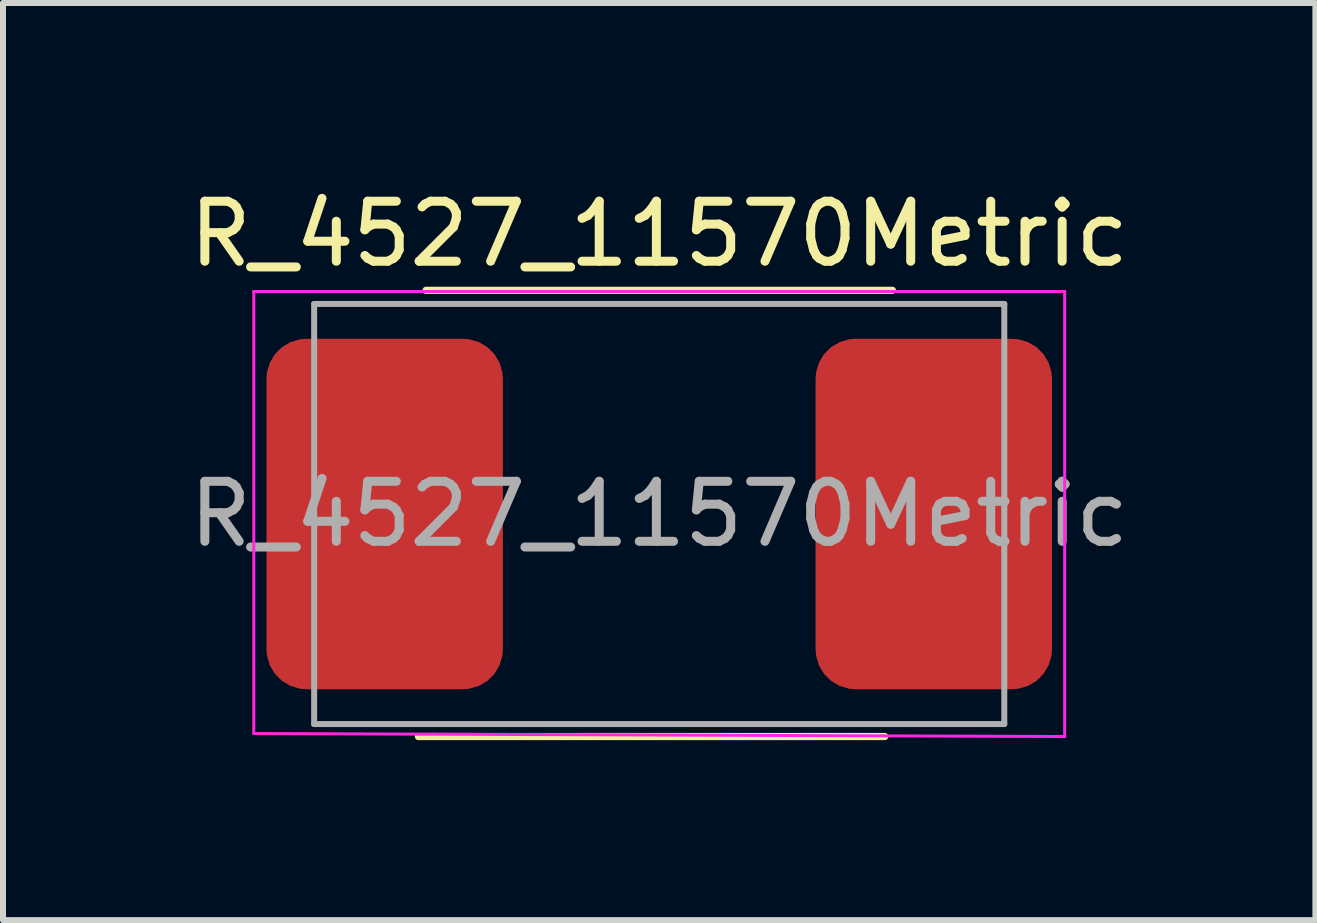
<source format=kicad_pcb>
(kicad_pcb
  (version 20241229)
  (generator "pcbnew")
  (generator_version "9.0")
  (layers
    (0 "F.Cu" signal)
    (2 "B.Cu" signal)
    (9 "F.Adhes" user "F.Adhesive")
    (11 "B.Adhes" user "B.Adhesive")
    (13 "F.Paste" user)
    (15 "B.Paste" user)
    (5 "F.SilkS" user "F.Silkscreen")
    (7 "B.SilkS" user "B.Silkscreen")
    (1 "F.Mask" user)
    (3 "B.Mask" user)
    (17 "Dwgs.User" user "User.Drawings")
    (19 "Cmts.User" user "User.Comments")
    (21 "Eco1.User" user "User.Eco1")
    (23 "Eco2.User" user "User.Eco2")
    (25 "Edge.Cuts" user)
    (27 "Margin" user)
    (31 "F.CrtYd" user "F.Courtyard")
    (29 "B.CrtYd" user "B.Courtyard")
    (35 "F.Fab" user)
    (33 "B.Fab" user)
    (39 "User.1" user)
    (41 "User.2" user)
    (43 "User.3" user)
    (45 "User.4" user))
  (footprint "R_4527_11570Metric"
    (layer "F.Cu")
    (at 7.935 5.515)
    (property "Reference" "R_4527_11570Metric" (at 0 -4.667 0) (layer "F.SilkS") (effects (font (size 1 1) (thickness 0.15))))
    (attr smd)
    (fp_line (start -4.013 3.708) (end 3.759 3.708) (stroke (width 0.12) (type solid)) (layer "F.SilkS"))
    (fp_line (start -3.886 -3.727) (end 3.886 -3.727) (stroke (width 0.12) (type solid)) (layer "F.SilkS"))
    (fp_line (start -6.756 -3.708) (end 6.756 -3.708) (stroke (width 0.05) (type solid)) (layer "F.CrtYd"))
    (fp_line (start -6.756 3.658) (end -6.756 -3.708) (stroke (width 0.05) (type solid)) (layer "F.CrtYd"))
    (fp_line (start 6.756 -3.708) (end 6.756 3.708) (stroke (width 0.05) (type solid)) (layer "F.CrtYd"))
    (fp_line (start 6.756 3.708) (end -6.756 3.658) (stroke (width 0.05) (type solid)) (layer "F.CrtYd"))
    (fp_line (start -5.75 -3.5) (end 5.75 -3.5) (stroke (width 0.1) (type solid)) (layer "F.Fab"))
    (fp_line (start -5.75 3.5) (end -5.75 -3.5) (stroke (width 0.1) (type solid)) (layer "F.Fab"))
    (fp_line (start -5.75 3.5) (end 5.75 3.5) (stroke (width 0.1) (type solid)) (layer "F.Fab"))
    (fp_line (start 5.75 -3.5) (end 5.75 3.5) (stroke (width 0.1) (type solid)) (layer "F.Fab"))
    (fp_text user "${REFERENCE}" (at 0 0 0) (layer "F.Fab") (effects (font (size 1 1) (thickness 0.15))))
    (pad "1" smd roundrect (at -4.575 0) (size 3.94 5.84) (layers "F.Cu" "F.Mask" "F.Paste") (roundrect_rratio 0.169))
    (pad "2" smd roundrect (at 4.575 0) (size 3.94 5.84) (layers "F.Cu" "F.Mask" "F.Paste") (roundrect_rratio 0.169)))
  (gr_rect
    (start -3 -3)
    (end 18.869 12.283)
    (stroke (width 0.1) (type default))
    (fill no)
    (layer "Edge.Cuts")))
</source>
